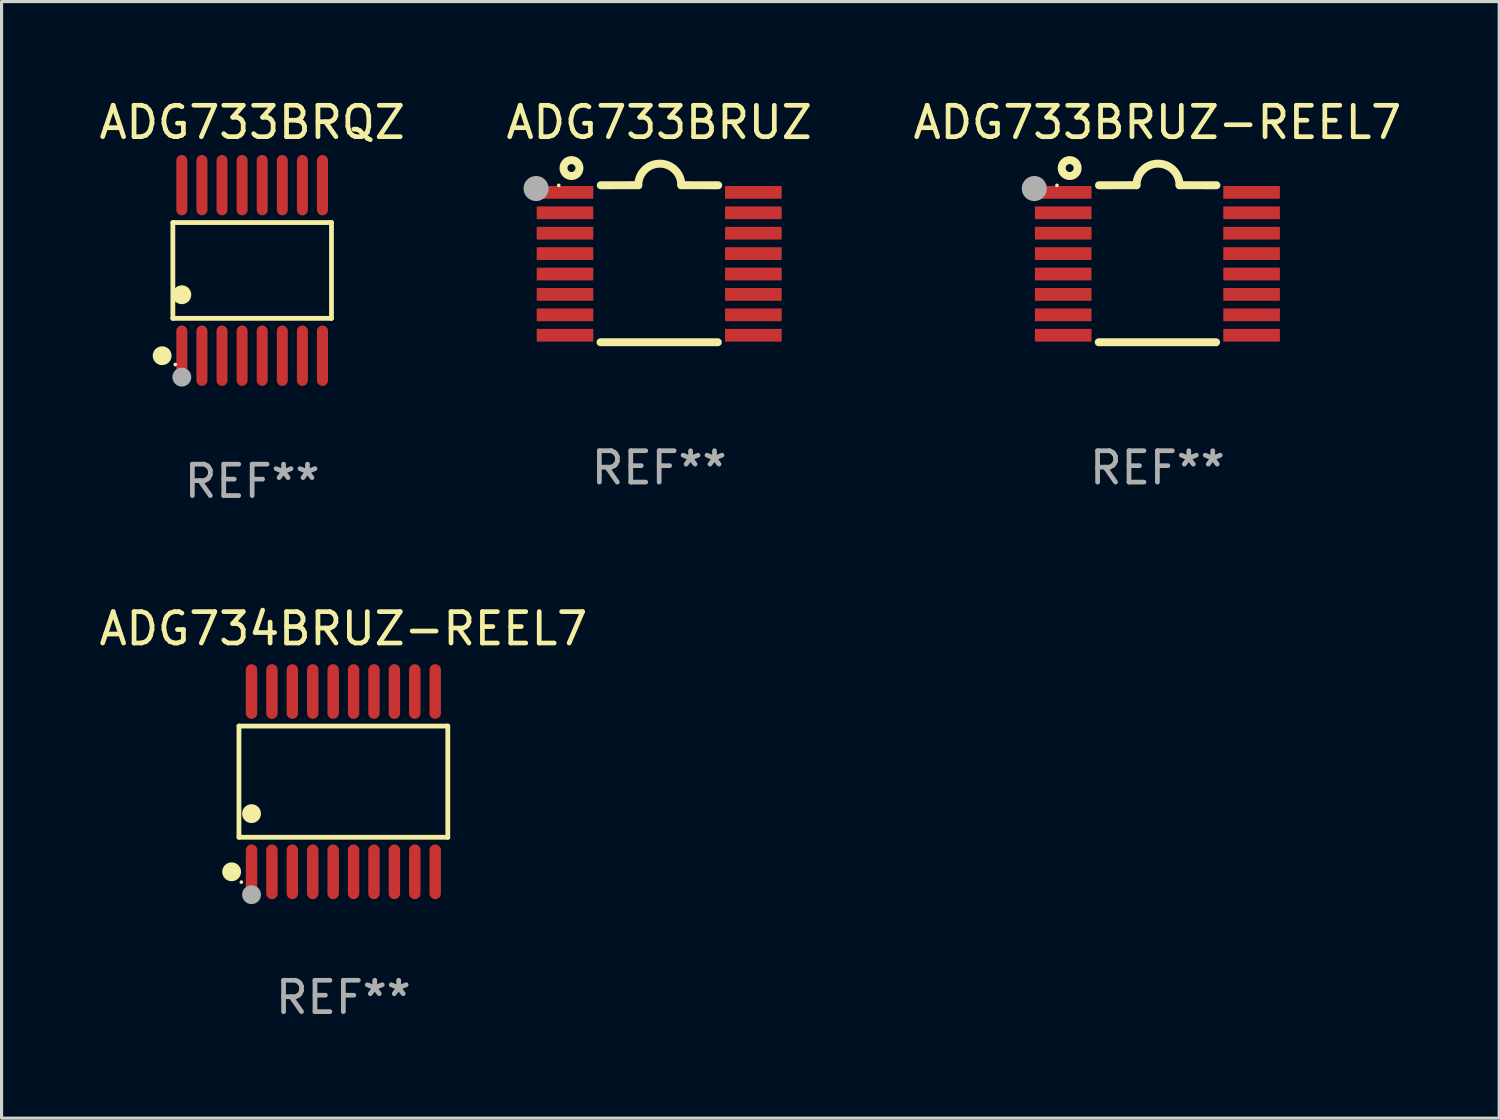
<source format=kicad_pcb>
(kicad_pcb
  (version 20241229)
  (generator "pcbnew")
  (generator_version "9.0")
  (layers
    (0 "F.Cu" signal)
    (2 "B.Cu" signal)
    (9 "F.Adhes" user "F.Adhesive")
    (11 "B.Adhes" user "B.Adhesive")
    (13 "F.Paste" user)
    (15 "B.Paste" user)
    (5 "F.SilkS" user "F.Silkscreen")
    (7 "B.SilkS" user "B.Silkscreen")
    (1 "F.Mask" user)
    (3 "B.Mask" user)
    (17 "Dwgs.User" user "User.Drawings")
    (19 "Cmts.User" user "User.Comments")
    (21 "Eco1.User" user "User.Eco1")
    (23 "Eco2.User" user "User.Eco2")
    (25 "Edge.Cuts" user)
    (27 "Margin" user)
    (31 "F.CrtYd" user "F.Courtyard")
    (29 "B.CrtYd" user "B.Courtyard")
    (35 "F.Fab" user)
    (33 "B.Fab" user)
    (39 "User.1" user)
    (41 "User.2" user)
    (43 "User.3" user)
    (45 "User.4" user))
  (footprint "ADG733BRUZ-REEL7"
    (layer "F.Cu")
    (at 33.815 5.35)
    (property "Reference" "ADG733BRUZ-REEL7" (at 0 -4.501 0) (layer "F.SilkS") (effects (font (size 1 1) (thickness 0.15))))
    (attr through_hole)
    (fp_line (start -1.868 2.501) (end 1.868 2.501) (stroke (width 0.254) (type solid)) (layer "F.SilkS"))
    (fp_line (start -1.86 -2.499) (end -0.666 -2.501) (stroke (width 0.254) (type solid)) (layer "F.SilkS"))
    (fp_line (start 0.706 -2.501) (end 1.88 -2.499) (stroke (width 0.254) (type solid)) (layer "F.SilkS"))
    (fp_arc (start -0.665914 -2.501448) (mid 0.019888 -3.18725) (end 0.70569 -2.501448) (stroke (width 0.254001) (type solid)) (layer "F.SilkS"))
    (fp_circle (center -3.2 -2.497) (end -3.17 -2.497) (stroke (width 0.06) (type solid)) (fill no) (layer "F.SilkS"))
    (fp_circle (center -2.794 -3.047) (end -2.54 -3.047) (stroke (width 0.254) (type solid)) (fill no) (layer "F.SilkS"))
    (fp_circle (center -3.921 -2.395) (end -3.721 -2.395) (stroke (width 0.4) (type solid)) (fill no) (layer "F.Fab"))
    (fp_text user "REF**" (at 0 6.501 0) (layer "F.Fab") (effects (font (size 1 1) (thickness 0.15))))
    (pad "1" smd rect (at -3 -2.272) (size 1.803 0.406) (layers "F.Cu" "F.Mask" "F.Paste"))
    (pad "2" smd rect (at -3 -1.622) (size 1.803 0.406) (layers "F.Cu" "F.Mask" "F.Paste"))
    (pad "3" smd rect (at -3 -0.972) (size 1.803 0.406) (layers "F.Cu" "F.Mask" "F.Paste"))
    (pad "4" smd rect (at -3 -0.322) (size 1.803 0.406) (layers "F.Cu" "F.Mask" "F.Paste"))
    (pad "5" smd rect (at -3 0.328) (size 1.803 0.406) (layers "F.Cu" "F.Mask" "F.Paste"))
    (pad "6" smd rect (at -3 0.978) (size 1.803 0.406) (layers "F.Cu" "F.Mask" "F.Paste"))
    (pad "7" smd rect (at -3 1.628) (size 1.803 0.406) (layers "F.Cu" "F.Mask" "F.Paste"))
    (pad "8" smd rect (at -3 2.278) (size 1.803 0.406) (layers "F.Cu" "F.Mask" "F.Paste"))
    (pad "9" smd rect (at 3 2.278) (size 1.803 0.406) (layers "F.Cu" "F.Mask" "F.Paste"))
    (pad "10" smd rect (at 3 1.628) (size 1.803 0.406) (layers "F.Cu" "F.Mask" "F.Paste"))
    (pad "11" smd rect (at 3 0.978) (size 1.803 0.406) (layers "F.Cu" "F.Mask" "F.Paste"))
    (pad "12" smd rect (at 3 0.328) (size 1.803 0.406) (layers "F.Cu" "F.Mask" "F.Paste"))
    (pad "13" smd rect (at 3 -0.322) (size 1.803 0.406) (layers "F.Cu" "F.Mask" "F.Paste"))
    (pad "14" smd rect (at 3 -0.972) (size 1.803 0.406) (layers "F.Cu" "F.Mask" "F.Paste"))
    (pad "15" smd rect (at 3 -1.622) (size 1.803 0.406) (layers "F.Cu" "F.Mask" "F.Paste"))
    (pad "16" smd rect (at 3 -2.272) (size 1.803 0.406) (layers "F.Cu" "F.Mask" "F.Paste")))
  (footprint "ADG733BRUZ"
    (layer "F.Cu")
    (at 17.946 5.35)
    (property "Reference" "ADG733BRUZ" (at 0 -4.501 0) (layer "F.SilkS") (effects (font (size 1 1) (thickness 0.15))))
    (attr through_hole)
    (fp_line (start -1.868 2.501) (end 1.868 2.501) (stroke (width 0.254) (type solid)) (layer "F.SilkS"))
    (fp_line (start -1.86 -2.499) (end -0.666 -2.501) (stroke (width 0.254) (type solid)) (layer "F.SilkS"))
    (fp_line (start 0.706 -2.501) (end 1.88 -2.499) (stroke (width 0.254) (type solid)) (layer "F.SilkS"))
    (fp_arc (start -0.665914 -2.501448) (mid 0.019888 -3.18725) (end 0.70569 -2.501448) (stroke (width 0.254001) (type solid)) (layer "F.SilkS"))
    (fp_circle (center -3.2 -2.497) (end -3.17 -2.497) (stroke (width 0.06) (type solid)) (fill no) (layer "F.SilkS"))
    (fp_circle (center -2.794 -3.047) (end -2.54 -3.047) (stroke (width 0.254) (type solid)) (fill no) (layer "F.SilkS"))
    (fp_circle (center -3.921 -2.395) (end -3.721 -2.395) (stroke (width 0.4) (type solid)) (fill no) (layer "F.Fab"))
    (fp_text user "REF**" (at 0 6.501 0) (layer "F.Fab") (effects (font (size 1 1) (thickness 0.15))))
    (pad "1" smd rect (at -3 -2.272) (size 1.803 0.406) (layers "F.Cu" "F.Mask" "F.Paste"))
    (pad "2" smd rect (at -3 -1.622) (size 1.803 0.406) (layers "F.Cu" "F.Mask" "F.Paste"))
    (pad "3" smd rect (at -3 -0.972) (size 1.803 0.406) (layers "F.Cu" "F.Mask" "F.Paste"))
    (pad "4" smd rect (at -3 -0.322) (size 1.803 0.406) (layers "F.Cu" "F.Mask" "F.Paste"))
    (pad "5" smd rect (at -3 0.328) (size 1.803 0.406) (layers "F.Cu" "F.Mask" "F.Paste"))
    (pad "6" smd rect (at -3 0.978) (size 1.803 0.406) (layers "F.Cu" "F.Mask" "F.Paste"))
    (pad "7" smd rect (at -3 1.628) (size 1.803 0.406) (layers "F.Cu" "F.Mask" "F.Paste"))
    (pad "8" smd rect (at -3 2.278) (size 1.803 0.406) (layers "F.Cu" "F.Mask" "F.Paste"))
    (pad "9" smd rect (at 3 2.278) (size 1.803 0.406) (layers "F.Cu" "F.Mask" "F.Paste"))
    (pad "10" smd rect (at 3 1.628) (size 1.803 0.406) (layers "F.Cu" "F.Mask" "F.Paste"))
    (pad "11" smd rect (at 3 0.978) (size 1.803 0.406) (layers "F.Cu" "F.Mask" "F.Paste"))
    (pad "12" smd rect (at 3 0.328) (size 1.803 0.406) (layers "F.Cu" "F.Mask" "F.Paste"))
    (pad "13" smd rect (at 3 -0.322) (size 1.803 0.406) (layers "F.Cu" "F.Mask" "F.Paste"))
    (pad "14" smd rect (at 3 -0.972) (size 1.803 0.406) (layers "F.Cu" "F.Mask" "F.Paste"))
    (pad "15" smd rect (at 3 -1.622) (size 1.803 0.406) (layers "F.Cu" "F.Mask" "F.Paste"))
    (pad "16" smd rect (at 3 -2.272) (size 1.803 0.406) (layers "F.Cu" "F.Mask" "F.Paste")))
  (footprint "ADG733BRQZ"
    (layer "F.Cu")
    (at 4.982 5.564)
    (property "Reference" "ADG733BRQZ" (at 0 -4.716 0) (layer "F.SilkS") (effects (font (size 1 1) (thickness 0.15))))
    (attr through_hole)
    (fp_line (start -2.526 -1.526) (end 2.526 -1.526) (stroke (width 0.152) (type solid)) (layer "F.SilkS"))
    (fp_line (start -2.526 1.526) (end -2.526 -1.526) (stroke (width 0.152) (type solid)) (layer "F.SilkS"))
    (fp_line (start 2.526 -1.526) (end 2.526 1.526) (stroke (width 0.152) (type solid)) (layer "F.SilkS"))
    (fp_line (start 2.526 1.526) (end -2.526 1.526) (stroke (width 0.152) (type solid)) (layer "F.SilkS"))
    (fp_circle (center -2.867 2.716) (end -2.717 2.716) (stroke (width 0.3) (type solid)) (fill no) (layer "F.SilkS"))
    (fp_circle (center -2.45 2.997) (end -2.42 2.997) (stroke (width 0.06) (type solid)) (fill no) (layer "F.SilkS"))
    (fp_circle (center -2.24 0.774) (end -2.09 0.774) (stroke (width 0.3) (type solid)) (fill no) (layer "F.SilkS"))
    (fp_circle (center -2.24 3.398) (end -2.09 3.398) (stroke (width 0.3) (type solid)) (fill no) (layer "F.Fab"))
    (fp_text user "REF**" (at 0 6.716 0) (layer "F.Fab") (effects (font (size 1 1) (thickness 0.15))))
    (pad "1" smd oval (at -2.24 2.716) (size 0.35 1.922) (layers "F.Cu" "F.Mask" "F.Paste"))
    (pad "2" smd oval (at -1.6 2.716) (size 0.35 1.922) (layers "F.Cu" "F.Mask" "F.Paste"))
    (pad "3" smd oval (at -0.96 2.716) (size 0.35 1.922) (layers "F.Cu" "F.Mask" "F.Paste"))
    (pad "4" smd oval (at -0.32 2.716) (size 0.35 1.922) (layers "F.Cu" "F.Mask" "F.Paste"))
    (pad "5" smd oval (at 0.32 2.716) (size 0.35 1.922) (layers "F.Cu" "F.Mask" "F.Paste"))
    (pad "6" smd oval (at 0.96 2.716) (size 0.35 1.922) (layers "F.Cu" "F.Mask" "F.Paste"))
    (pad "7" smd oval (at 1.6 2.716) (size 0.35 1.922) (layers "F.Cu" "F.Mask" "F.Paste"))
    (pad "8" smd oval (at 2.24 2.716) (size 0.35 1.922) (layers "F.Cu" "F.Mask" "F.Paste"))
    (pad "9" smd oval (at 2.24 -2.716) (size 0.35 1.922) (layers "F.Cu" "F.Mask" "F.Paste"))
    (pad "10" smd oval (at 1.6 -2.716) (size 0.35 1.922) (layers "F.Cu" "F.Mask" "F.Paste"))
    (pad "11" smd oval (at 0.96 -2.716) (size 0.35 1.922) (layers "F.Cu" "F.Mask" "F.Paste"))
    (pad "12" smd oval (at 0.32 -2.716) (size 0.35 1.922) (layers "F.Cu" "F.Mask" "F.Paste"))
    (pad "13" smd oval (at -0.32 -2.716) (size 0.35 1.922) (layers "F.Cu" "F.Mask" "F.Paste"))
    (pad "14" smd oval (at -0.96 -2.716) (size 0.35 1.922) (layers "F.Cu" "F.Mask" "F.Paste"))
    (pad "15" smd oval (at -1.6 -2.716) (size 0.35 1.922) (layers "F.Cu" "F.Mask" "F.Paste"))
    (pad "16" smd oval (at -2.24 -2.716) (size 0.35 1.922) (layers "F.Cu" "F.Mask" "F.Paste")))
  (footprint "ADG734BRUZ-REEL7"
    (layer "F.Cu")
    (at 7.887 21.847)
    (property "Reference" "ADG734BRUZ-REEL7" (at 0 -4.871 0) (layer "F.SilkS") (effects (font (size 1 1) (thickness 0.15))))
    (attr through_hole)
    (fp_line (start -3.326 -1.771) (end 3.326 -1.771) (stroke (width 0.152) (type solid)) (layer "F.SilkS"))
    (fp_line (start -3.326 1.771) (end -3.326 -1.771) (stroke (width 0.152) (type solid)) (layer "F.SilkS"))
    (fp_line (start 3.326 -1.771) (end 3.326 1.771) (stroke (width 0.152) (type solid)) (layer "F.SilkS"))
    (fp_line (start 3.326 1.771) (end -3.326 1.771) (stroke (width 0.152) (type solid)) (layer "F.SilkS"))
    (fp_circle (center -3.559 2.871) (end -3.409 2.871) (stroke (width 0.3) (type solid)) (fill no) (layer "F.SilkS"))
    (fp_circle (center -3.25 3.2) (end -3.22 3.2) (stroke (width 0.06) (type solid)) (fill no) (layer "F.SilkS"))
    (fp_circle (center -2.925 1.019) (end -2.775 1.019) (stroke (width 0.3) (type solid)) (fill no) (layer "F.SilkS"))
    (fp_circle (center -2.925 3.6) (end -2.775 3.6) (stroke (width 0.3) (type solid)) (fill no) (layer "F.Fab"))
    (fp_text user "REF**" (at 0 6.871 0) (layer "F.Fab") (effects (font (size 1 1) (thickness 0.15))))
    (pad "1" smd oval (at -2.925 2.871) (size 0.364 1.742) (layers "F.Cu" "F.Mask" "F.Paste"))
    (pad "2" smd oval (at -2.275 2.871) (size 0.364 1.742) (layers "F.Cu" "F.Mask" "F.Paste"))
    (pad "3" smd oval (at -1.625 2.871) (size 0.364 1.742) (layers "F.Cu" "F.Mask" "F.Paste"))
    (pad "4" smd oval (at -0.975 2.871) (size 0.364 1.742) (layers "F.Cu" "F.Mask" "F.Paste"))
    (pad "5" smd oval (at -0.325 2.871) (size 0.364 1.742) (layers "F.Cu" "F.Mask" "F.Paste"))
    (pad "6" smd oval (at 0.325 2.871) (size 0.364 1.742) (layers "F.Cu" "F.Mask" "F.Paste"))
    (pad "7" smd oval (at 0.975 2.871) (size 0.364 1.742) (layers "F.Cu" "F.Mask" "F.Paste"))
    (pad "8" smd oval (at 1.625 2.871) (size 0.364 1.742) (layers "F.Cu" "F.Mask" "F.Paste"))
    (pad "9" smd oval (at 2.275 2.871) (size 0.364 1.742) (layers "F.Cu" "F.Mask" "F.Paste"))
    (pad "10" smd oval (at 2.925 2.871) (size 0.364 1.742) (layers "F.Cu" "F.Mask" "F.Paste"))
    (pad "11" smd oval (at 2.925 -2.871) (size 0.364 1.742) (layers "F.Cu" "F.Mask" "F.Paste"))
    (pad "12" smd oval (at 2.275 -2.871) (size 0.364 1.742) (layers "F.Cu" "F.Mask" "F.Paste"))
    (pad "13" smd oval (at 1.625 -2.871) (size 0.364 1.742) (layers "F.Cu" "F.Mask" "F.Paste"))
    (pad "14" smd oval (at 0.975 -2.871) (size 0.364 1.742) (layers "F.Cu" "F.Mask" "F.Paste"))
    (pad "15" smd oval (at 0.325 -2.871) (size 0.364 1.742) (layers "F.Cu" "F.Mask" "F.Paste"))
    (pad "16" smd oval (at -0.325 -2.871) (size 0.364 1.742) (layers "F.Cu" "F.Mask" "F.Paste"))
    (pad "17" smd oval (at -0.975 -2.871) (size 0.364 1.742) (layers "F.Cu" "F.Mask" "F.Paste"))
    (pad "18" smd oval (at -1.625 -2.871) (size 0.364 1.742) (layers "F.Cu" "F.Mask" "F.Paste"))
    (pad "19" smd oval (at -2.275 -2.871) (size 0.364 1.742) (layers "F.Cu" "F.Mask" "F.Paste"))
    (pad "20" smd oval (at -2.925 -2.871) (size 0.364 1.742) (layers "F.Cu" "F.Mask" "F.Paste")))
  (gr_rect
    (start -3 -3)
    (end 44.702 32.566)
    (stroke (width 0.1) (type default))
    (fill no)
    (layer "Edge.Cuts")))
</source>
